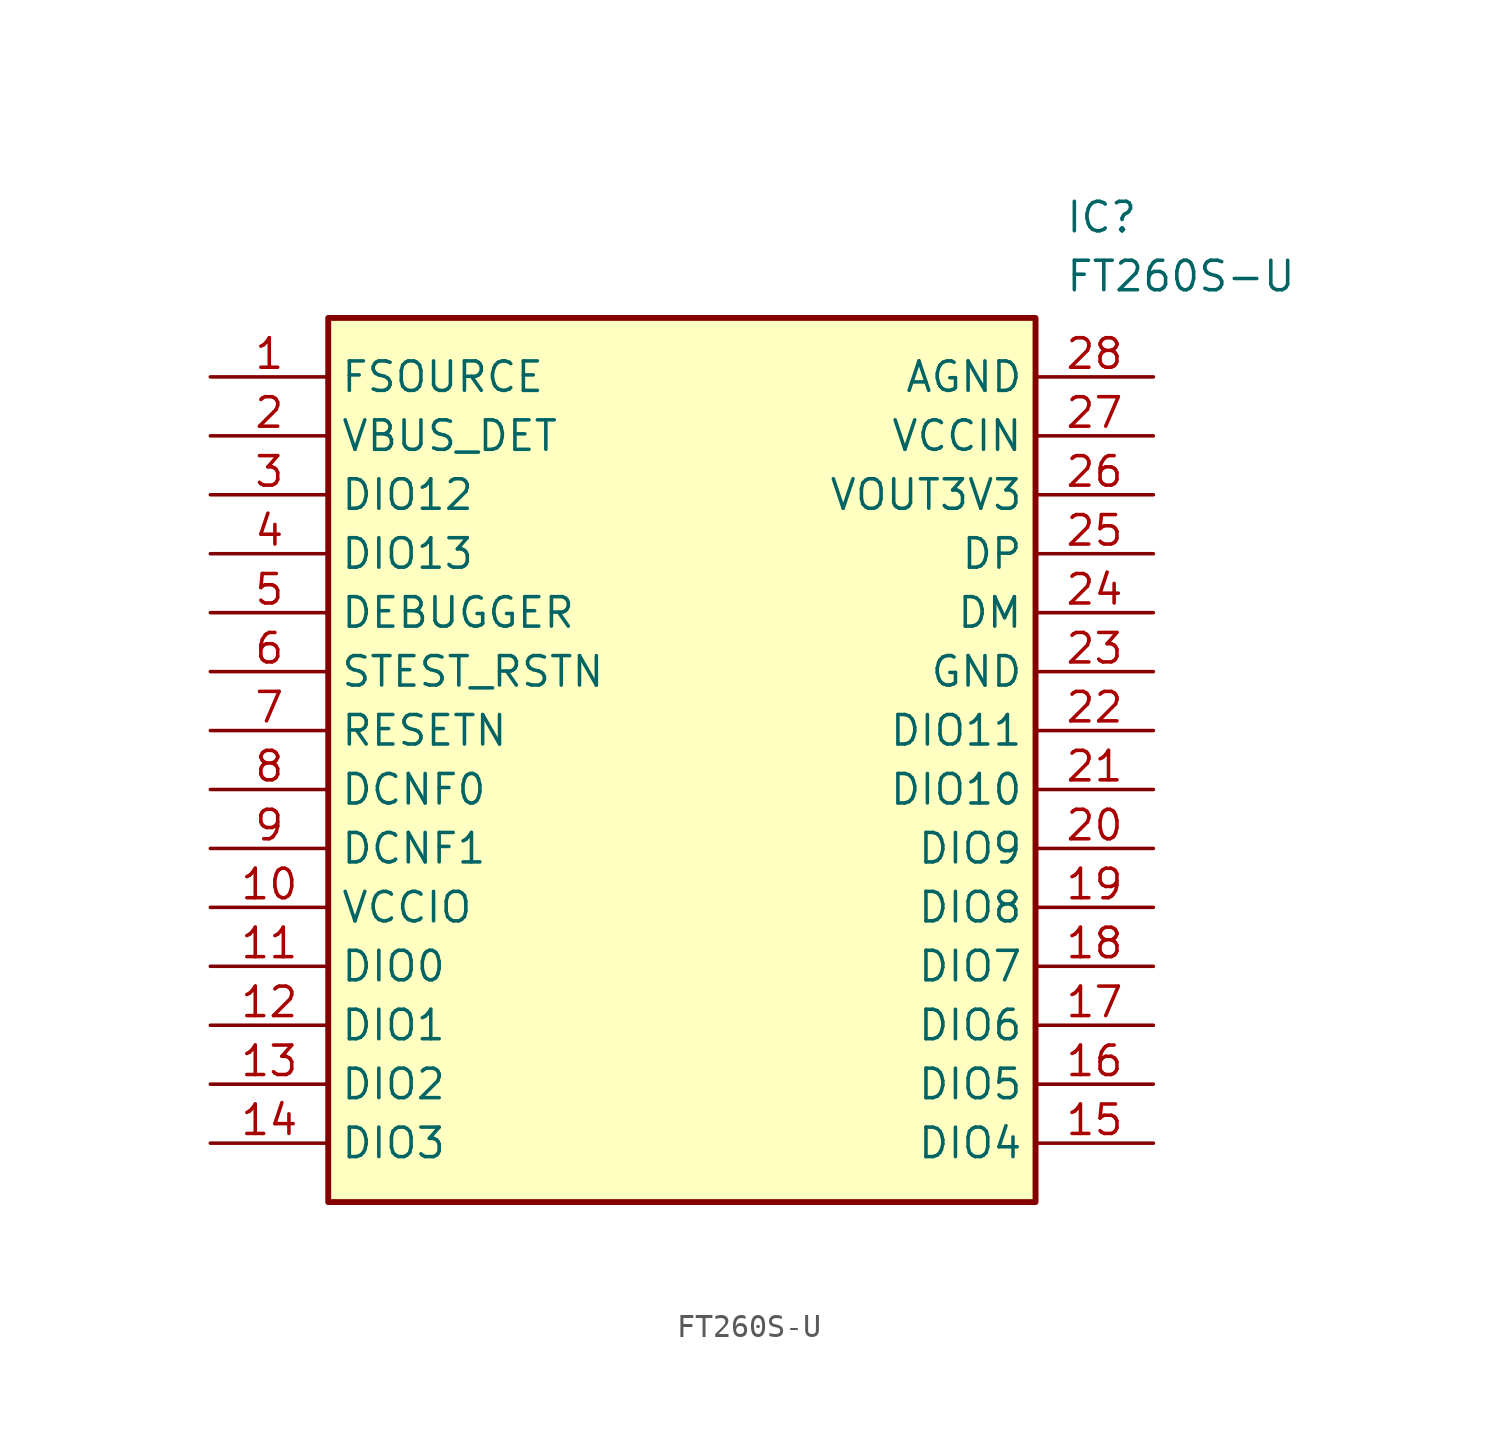
<source format=kicad_sym>
(kicad_symbol_lib
  (version 20211014)
  (generator SamacSys_ECAD_Model)
  (symbol "FT260S-U"
    (property "Reference" "IC"
      (at 36.83 7.62 0)
      (effects (font (size 1.27 1.27)) (justify left top)))
    (property "Value" "FT260S-U"
      (at 36.83 5.08 0)
      (effects (font (size 1.27 1.27)) (justify left top)))
    (rectangle
      (start 5.08 2.54)
      (end 35.56 -35.56)
      (stroke (width 0.254) (type default))
      (fill (type background)))
    (pin passive line
      (at 0 0 0)
      (length 5.08)
      (name "FSOURCE" (effects (font (size 1.27 1.27))))
      (number "1" (effects (font (size 1.27 1.27)))))
    (pin passive line
      (at 0 -2.54 0)
      (length 5.08)
      (name "VBUS_DET" (effects (font (size 1.27 1.27))))
      (number "2" (effects (font (size 1.27 1.27)))))
    (pin passive line
      (at 0 -5.08 0)
      (length 5.08)
      (name "DIO12" (effects (font (size 1.27 1.27))))
      (number "3" (effects (font (size 1.27 1.27)))))
    (pin passive line
      (at 0 -7.62 0)
      (length 5.08)
      (name "DIO13" (effects (font (size 1.27 1.27))))
      (number "4" (effects (font (size 1.27 1.27)))))
    (pin passive line
      (at 0 -10.16 0)
      (length 5.08)
      (name "DEBUGGER" (effects (font (size 1.27 1.27))))
      (number "5" (effects (font (size 1.27 1.27)))))
    (pin passive line
      (at 0 -12.7 0)
      (length 5.08)
      (name "STEST_RSTN" (effects (font (size 1.27 1.27))))
      (number "6" (effects (font (size 1.27 1.27)))))
    (pin passive line
      (at 0 -15.24 0)
      (length 5.08)
      (name "RESETN" (effects (font (size 1.27 1.27))))
      (number "7" (effects (font (size 1.27 1.27)))))
    (pin passive line
      (at 0 -17.78 0)
      (length 5.08)
      (name "DCNF0" (effects (font (size 1.27 1.27))))
      (number "8" (effects (font (size 1.27 1.27)))))
    (pin passive line
      (at 0 -20.32 0)
      (length 5.08)
      (name "DCNF1" (effects (font (size 1.27 1.27))))
      (number "9" (effects (font (size 1.27 1.27)))))
    (pin passive line
      (at 0 -22.86 0)
      (length 5.08)
      (name "VCCIO" (effects (font (size 1.27 1.27))))
      (number "10" (effects (font (size 1.27 1.27)))))
    (pin passive line
      (at 0 -25.4 0)
      (length 5.08)
      (name "DIO0" (effects (font (size 1.27 1.27))))
      (number "11" (effects (font (size 1.27 1.27)))))
    (pin passive line
      (at 0 -27.94 0)
      (length 5.08)
      (name "DIO1" (effects (font (size 1.27 1.27))))
      (number "12" (effects (font (size 1.27 1.27)))))
    (pin passive line
      (at 0 -30.48 0)
      (length 5.08)
      (name "DIO2" (effects (font (size 1.27 1.27))))
      (number "13" (effects (font (size 1.27 1.27)))))
    (pin passive line
      (at 0 -33.02 0)
      (length 5.08)
      (name "DIO3" (effects (font (size 1.27 1.27))))
      (number "14" (effects (font (size 1.27 1.27)))))
    (pin passive line
      (at 40.64 0 180)
      (length 5.08)
      (name "AGND" (effects (font (size 1.27 1.27))))
      (number "28" (effects (font (size 1.27 1.27)))))
    (pin passive line
      (at 40.64 -2.54 180)
      (length 5.08)
      (name "VCCIN" (effects (font (size 1.27 1.27))))
      (number "27" (effects (font (size 1.27 1.27)))))
    (pin passive line
      (at 40.64 -5.08 180)
      (length 5.08)
      (name "VOUT3V3" (effects (font (size 1.27 1.27))))
      (number "26" (effects (font (size 1.27 1.27)))))
    (pin passive line
      (at 40.64 -7.62 180)
      (length 5.08)
      (name "DP" (effects (font (size 1.27 1.27))))
      (number "25" (effects (font (size 1.27 1.27)))))
    (pin passive line
      (at 40.64 -10.16 180)
      (length 5.08)
      (name "DM" (effects (font (size 1.27 1.27))))
      (number "24" (effects (font (size 1.27 1.27)))))
    (pin passive line
      (at 40.64 -12.7 180)
      (length 5.08)
      (name "GND" (effects (font (size 1.27 1.27))))
      (number "23" (effects (font (size 1.27 1.27)))))
    (pin passive line
      (at 40.64 -15.24 180)
      (length 5.08)
      (name "DIO11" (effects (font (size 1.27 1.27))))
      (number "22" (effects (font (size 1.27 1.27)))))
    (pin passive line
      (at 40.64 -17.78 180)
      (length 5.08)
      (name "DIO10" (effects (font (size 1.27 1.27))))
      (number "21" (effects (font (size 1.27 1.27)))))
    (pin passive line
      (at 40.64 -20.32 180)
      (length 5.08)
      (name "DIO9" (effects (font (size 1.27 1.27))))
      (number "20" (effects (font (size 1.27 1.27)))))
    (pin passive line
      (at 40.64 -22.86 180)
      (length 5.08)
      (name "DIO8" (effects (font (size 1.27 1.27))))
      (number "19" (effects (font (size 1.27 1.27)))))
    (pin passive line
      (at 40.64 -25.4 180)
      (length 5.08)
      (name "DIO7" (effects (font (size 1.27 1.27))))
      (number "18" (effects (font (size 1.27 1.27)))))
    (pin passive line
      (at 40.64 -27.94 180)
      (length 5.08)
      (name "DIO6" (effects (font (size 1.27 1.27))))
      (number "17" (effects (font (size 1.27 1.27)))))
    (pin passive line
      (at 40.64 -30.48 180)
      (length 5.08)
      (name "DIO5" (effects (font (size 1.27 1.27))))
      (number "16" (effects (font (size 1.27 1.27)))))
    (pin passive line
      (at 40.64 -33.02 180)
      (length 5.08)
      (name "DIO4" (effects (font (size 1.27 1.27))))
      (number "15" (effects (font (size 1.27 1.27)))))))
</source>
